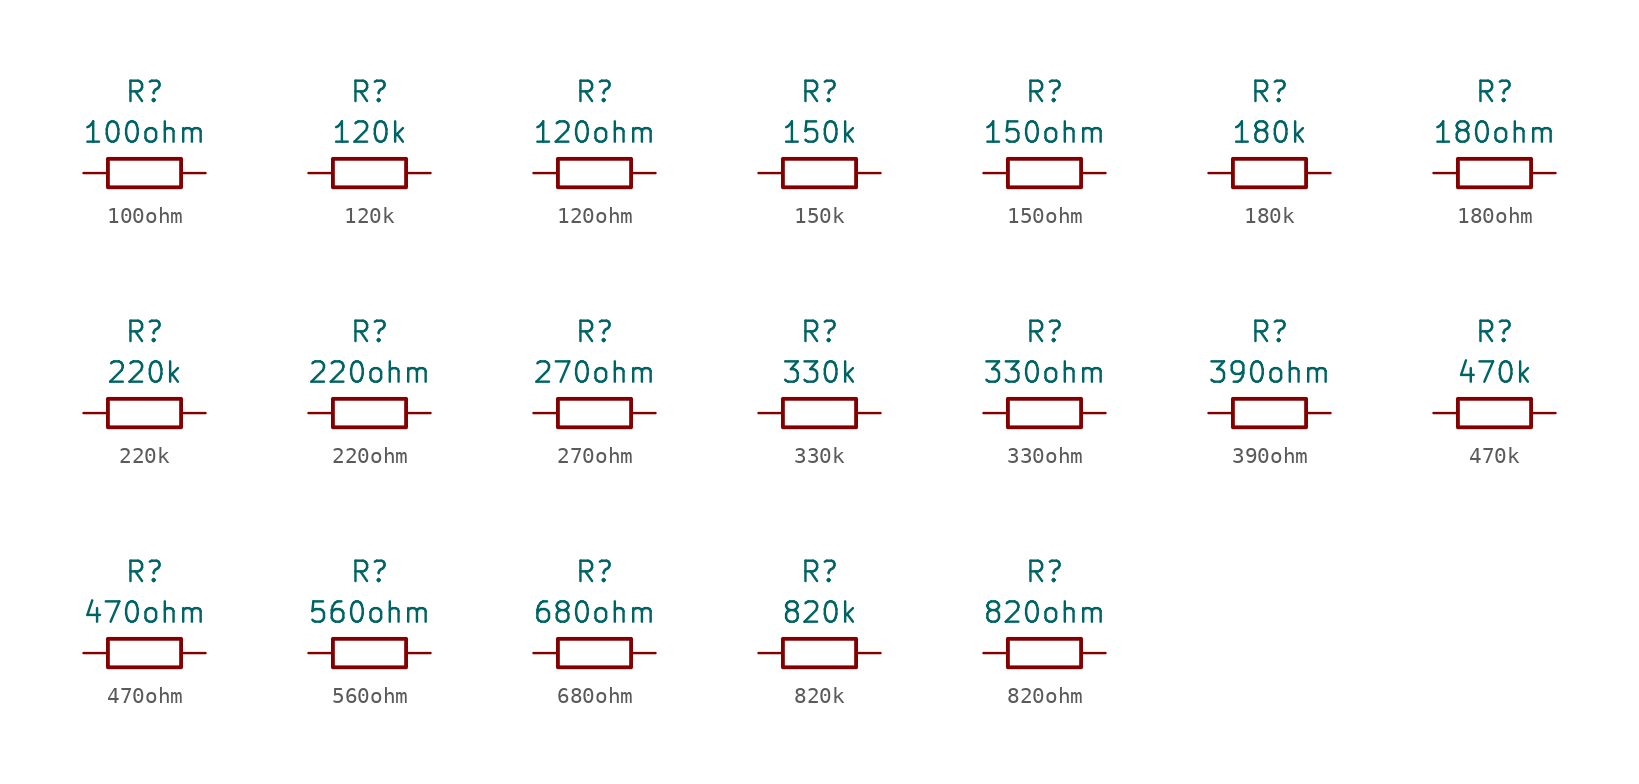
<source format=kicad_sym>
(kicad_symbol_lib
  (version 20211014)
  (generator kicad_symbol_editor)
  (symbol "100ohm"
    (property "Reference" "R"
      (at 0 5.08 0)
      (effects (font (size 1.27 1.27))))
    (property "Value" "100ohm"
      (at 0 2.54 0)
      (effects (font (size 1.27 1.27))))
    (symbol "100ohm_0_1"
      (rectangle (start -2.286 0.889) (end 2.286 -0.889) (stroke (width 0.24) (type default) (color 0 0 0 0)) (fill (type none))))
    (symbol "100ohm_1_1"
      (pin passive line (at -3.81 0 0) (length 1.5) (name "" (effects (font (size 1.27 1.27)))) (number "1" (effects (font (size 0 0)))))
      (pin passive line (at 3.81 0 180) (length 1.5) (name "~" (effects (font (size 1.27 1.27)))) (number "2" (effects (font (size 0 0)))))))
  (symbol "120k"
    (property "Reference" "R"
      (at 0 5.08 0)
      (effects (font (size 1.27 1.27))))
    (property "Value" "120k"
      (at 0 2.54 0)
      (effects (font (size 1.27 1.27))))
    (symbol "120k_0_1"
      (rectangle (start -2.286 0.889) (end 2.286 -0.889) (stroke (width 0.24) (type default) (color 0 0 0 0)) (fill (type none))))
    (symbol "120k_1_1"
      (pin passive line (at -3.81 0 0) (length 1.5) (name "" (effects (font (size 1.27 1.27)))) (number "1" (effects (font (size 0 0)))))
      (pin passive line (at 3.81 0 180) (length 1.5) (name "~" (effects (font (size 1.27 1.27)))) (number "2" (effects (font (size 0 0)))))))
  (symbol "120ohm"
    (property "Reference" "R"
      (at 0 5.08 0)
      (effects (font (size 1.27 1.27))))
    (property "Value" "120ohm"
      (at 0 2.54 0)
      (effects (font (size 1.27 1.27))))
    (symbol "120ohm_0_1"
      (rectangle (start -2.286 0.889) (end 2.286 -0.889) (stroke (width 0.24) (type default) (color 0 0 0 0)) (fill (type none))))
    (symbol "120ohm_1_1"
      (pin passive line (at -3.81 0 0) (length 1.5) (name "" (effects (font (size 1.27 1.27)))) (number "1" (effects (font (size 0 0)))))
      (pin passive line (at 3.81 0 180) (length 1.5) (name "~" (effects (font (size 1.27 1.27)))) (number "2" (effects (font (size 0 0)))))))
  (symbol "150k"
    (property "Reference" "R"
      (at 0 5.08 0)
      (effects (font (size 1.27 1.27))))
    (property "Value" "150k"
      (at 0 2.54 0)
      (effects (font (size 1.27 1.27))))
    (symbol "150k_0_1"
      (rectangle (start -2.286 0.889) (end 2.286 -0.889) (stroke (width 0.24) (type default) (color 0 0 0 0)) (fill (type none))))
    (symbol "150k_1_1"
      (pin passive line (at -3.81 0 0) (length 1.5) (name "" (effects (font (size 1.27 1.27)))) (number "1" (effects (font (size 0 0)))))
      (pin passive line (at 3.81 0 180) (length 1.5) (name "~" (effects (font (size 1.27 1.27)))) (number "2" (effects (font (size 0 0)))))))
  (symbol "150ohm"
    (property "Reference" "R"
      (at 0 5.08 0)
      (effects (font (size 1.27 1.27))))
    (property "Value" "150ohm"
      (at 0 2.54 0)
      (effects (font (size 1.27 1.27))))
    (symbol "150ohm_0_1"
      (rectangle (start -2.286 0.889) (end 2.286 -0.889) (stroke (width 0.24) (type default) (color 0 0 0 0)) (fill (type none))))
    (symbol "150ohm_1_1"
      (pin passive line (at -3.81 0 0) (length 1.5) (name "" (effects (font (size 1.27 1.27)))) (number "1" (effects (font (size 0 0)))))
      (pin passive line (at 3.81 0 180) (length 1.5) (name "~" (effects (font (size 1.27 1.27)))) (number "2" (effects (font (size 0 0)))))))
  (symbol "180k"
    (property "Reference" "R"
      (at 0 5.08 0)
      (effects (font (size 1.27 1.27))))
    (property "Value" "180k"
      (at 0 2.54 0)
      (effects (font (size 1.27 1.27))))
    (symbol "180k_0_1"
      (rectangle (start -2.286 0.889) (end 2.286 -0.889) (stroke (width 0.24) (type default) (color 0 0 0 0)) (fill (type none))))
    (symbol "180k_1_1"
      (pin passive line (at -3.81 0 0) (length 1.5) (name "" (effects (font (size 1.27 1.27)))) (number "1" (effects (font (size 0 0)))))
      (pin passive line (at 3.81 0 180) (length 1.5) (name "~" (effects (font (size 1.27 1.27)))) (number "2" (effects (font (size 0 0)))))))
  (symbol "180ohm"
    (property "Reference" "R"
      (at 0 5.08 0)
      (effects (font (size 1.27 1.27))))
    (property "Value" "180ohm"
      (at 0 2.54 0)
      (effects (font (size 1.27 1.27))))
    (symbol "180ohm_0_1"
      (rectangle (start -2.286 0.889) (end 2.286 -0.889) (stroke (width 0.24) (type default) (color 0 0 0 0)) (fill (type none))))
    (symbol "180ohm_1_1"
      (pin passive line (at -3.81 0 0) (length 1.5) (name "" (effects (font (size 1.27 1.27)))) (number "1" (effects (font (size 0 0)))))
      (pin passive line (at 3.81 0 180) (length 1.5) (name "~" (effects (font (size 1.27 1.27)))) (number "2" (effects (font (size 0 0)))))))
  (symbol "220k"
    (property "Reference" "R"
      (at 0 5.08 0)
      (effects (font (size 1.27 1.27))))
    (property "Value" "220k"
      (at 0 2.54 0)
      (effects (font (size 1.27 1.27))))
    (symbol "220k_0_1"
      (rectangle (start -2.286 0.889) (end 2.286 -0.889) (stroke (width 0.24) (type default) (color 0 0 0 0)) (fill (type none))))
    (symbol "220k_1_1"
      (pin passive line (at -3.81 0 0) (length 1.5) (name "" (effects (font (size 1.27 1.27)))) (number "1" (effects (font (size 0 0)))))
      (pin passive line (at 3.81 0 180) (length 1.5) (name "~" (effects (font (size 1.27 1.27)))) (number "2" (effects (font (size 0 0)))))))
  (symbol "220ohm"
    (property "Reference" "R"
      (at 0 5.08 0)
      (effects (font (size 1.27 1.27))))
    (property "Value" "220ohm"
      (at 0 2.54 0)
      (effects (font (size 1.27 1.27))))
    (symbol "220ohm_0_1"
      (rectangle (start -2.286 0.889) (end 2.286 -0.889) (stroke (width 0.24) (type default) (color 0 0 0 0)) (fill (type none))))
    (symbol "220ohm_1_1"
      (pin passive line (at -3.81 0 0) (length 1.5) (name "" (effects (font (size 1.27 1.27)))) (number "1" (effects (font (size 0 0)))))
      (pin passive line (at 3.81 0 180) (length 1.5) (name "~" (effects (font (size 1.27 1.27)))) (number "2" (effects (font (size 0 0)))))))
  (symbol "270ohm"
    (property "Reference" "R"
      (at 0 5.08 0)
      (effects (font (size 1.27 1.27))))
    (property "Value" "270ohm"
      (at 0 2.54 0)
      (effects (font (size 1.27 1.27))))
    (symbol "270ohm_0_1"
      (rectangle (start -2.286 0.889) (end 2.286 -0.889) (stroke (width 0.24) (type default) (color 0 0 0 0)) (fill (type none))))
    (symbol "270ohm_1_1"
      (pin passive line (at -3.81 0 0) (length 1.5) (name "" (effects (font (size 1.27 1.27)))) (number "1" (effects (font (size 0 0)))))
      (pin passive line (at 3.81 0 180) (length 1.5) (name "~" (effects (font (size 1.27 1.27)))) (number "2" (effects (font (size 0 0)))))))
  (symbol "330k"
    (property "Reference" "R"
      (at 0 5.08 0)
      (effects (font (size 1.27 1.27))))
    (property "Value" "330k"
      (at 0 2.54 0)
      (effects (font (size 1.27 1.27))))
    (symbol "330k_0_1"
      (rectangle (start -2.286 0.889) (end 2.286 -0.889) (stroke (width 0.24) (type default) (color 0 0 0 0)) (fill (type none))))
    (symbol "330k_1_1"
      (pin passive line (at -3.81 0 0) (length 1.5) (name "" (effects (font (size 1.27 1.27)))) (number "1" (effects (font (size 0 0)))))
      (pin passive line (at 3.81 0 180) (length 1.5) (name "~" (effects (font (size 1.27 1.27)))) (number "2" (effects (font (size 0 0)))))))
  (symbol "330ohm"
    (property "Reference" "R"
      (at 0 5.08 0)
      (effects (font (size 1.27 1.27))))
    (property "Value" "330ohm"
      (at 0 2.54 0)
      (effects (font (size 1.27 1.27))))
    (symbol "330ohm_0_1"
      (rectangle (start -2.286 0.889) (end 2.286 -0.889) (stroke (width 0.24) (type default) (color 0 0 0 0)) (fill (type none))))
    (symbol "330ohm_1_1"
      (pin passive line (at -3.81 0 0) (length 1.5) (name "" (effects (font (size 1.27 1.27)))) (number "1" (effects (font (size 0 0)))))
      (pin passive line (at 3.81 0 180) (length 1.5) (name "~" (effects (font (size 1.27 1.27)))) (number "2" (effects (font (size 0 0)))))))
  (symbol "390ohm"
    (property "Reference" "R"
      (at 0 5.08 0)
      (effects (font (size 1.27 1.27))))
    (property "Value" "390ohm"
      (at 0 2.54 0)
      (effects (font (size 1.27 1.27))))
    (symbol "390ohm_0_1"
      (rectangle (start -2.286 0.889) (end 2.286 -0.889) (stroke (width 0.24) (type default) (color 0 0 0 0)) (fill (type none))))
    (symbol "390ohm_1_1"
      (pin passive line (at -3.81 0 0) (length 1.5) (name "" (effects (font (size 1.27 1.27)))) (number "1" (effects (font (size 0 0)))))
      (pin passive line (at 3.81 0 180) (length 1.5) (name "~" (effects (font (size 1.27 1.27)))) (number "2" (effects (font (size 0 0)))))))
  (symbol "470k"
    (property "Reference" "R"
      (at 0 5.08 0)
      (effects (font (size 1.27 1.27))))
    (property "Value" "470k"
      (at 0 2.54 0)
      (effects (font (size 1.27 1.27))))
    (symbol "470k_0_1"
      (rectangle (start -2.286 0.889) (end 2.286 -0.889) (stroke (width 0.24) (type default) (color 0 0 0 0)) (fill (type none))))
    (symbol "470k_1_1"
      (pin passive line (at -3.81 0 0) (length 1.5) (name "" (effects (font (size 1.27 1.27)))) (number "1" (effects (font (size 0 0)))))
      (pin passive line (at 3.81 0 180) (length 1.5) (name "~" (effects (font (size 1.27 1.27)))) (number "2" (effects (font (size 0 0)))))))
  (symbol "470ohm"
    (property "Reference" "R"
      (at 0 5.08 0)
      (effects (font (size 1.27 1.27))))
    (property "Value" "470ohm"
      (at 0 2.54 0)
      (effects (font (size 1.27 1.27))))
    (symbol "470ohm_0_1"
      (rectangle (start -2.286 0.889) (end 2.286 -0.889) (stroke (width 0.24) (type default) (color 0 0 0 0)) (fill (type none))))
    (symbol "470ohm_1_1"
      (pin passive line (at -3.81 0 0) (length 1.5) (name "" (effects (font (size 1.27 1.27)))) (number "1" (effects (font (size 0 0)))))
      (pin passive line (at 3.81 0 180) (length 1.5) (name "~" (effects (font (size 1.27 1.27)))) (number "2" (effects (font (size 0 0)))))))
  (symbol "560ohm"
    (property "Reference" "R"
      (at 0 5.08 0)
      (effects (font (size 1.27 1.27))))
    (property "Value" "560ohm"
      (at 0 2.54 0)
      (effects (font (size 1.27 1.27))))
    (symbol "560ohm_0_1"
      (rectangle (start -2.286 0.889) (end 2.286 -0.889) (stroke (width 0.24) (type default) (color 0 0 0 0)) (fill (type none))))
    (symbol "560ohm_1_1"
      (pin passive line (at -3.81 0 0) (length 1.5) (name "" (effects (font (size 1.27 1.27)))) (number "1" (effects (font (size 0 0)))))
      (pin passive line (at 3.81 0 180) (length 1.5) (name "~" (effects (font (size 1.27 1.27)))) (number "2" (effects (font (size 0 0)))))))
  (symbol "680ohm"
    (property "Reference" "R"
      (at 0 5.08 0)
      (effects (font (size 1.27 1.27))))
    (property "Value" "680ohm"
      (at 0 2.54 0)
      (effects (font (size 1.27 1.27))))
    (symbol "680ohm_0_1"
      (rectangle (start -2.286 0.889) (end 2.286 -0.889) (stroke (width 0.24) (type default) (color 0 0 0 0)) (fill (type none))))
    (symbol "680ohm_1_1"
      (pin passive line (at -3.81 0 0) (length 1.5) (name "" (effects (font (size 1.27 1.27)))) (number "1" (effects (font (size 0 0)))))
      (pin passive line (at 3.81 0 180) (length 1.5) (name "~" (effects (font (size 1.27 1.27)))) (number "2" (effects (font (size 0 0)))))))
  (symbol "820k"
    (property "Reference" "R"
      (at 0 5.08 0)
      (effects (font (size 1.27 1.27))))
    (property "Value" "820k"
      (at 0 2.54 0)
      (effects (font (size 1.27 1.27))))
    (symbol "820k_0_1"
      (rectangle (start -2.286 0.889) (end 2.286 -0.889) (stroke (width 0.24) (type default) (color 0 0 0 0)) (fill (type none))))
    (symbol "820k_1_1"
      (pin passive line (at -3.81 0 0) (length 1.5) (name "" (effects (font (size 1.27 1.27)))) (number "1" (effects (font (size 0 0)))))
      (pin passive line (at 3.81 0 180) (length 1.5) (name "~" (effects (font (size 1.27 1.27)))) (number "2" (effects (font (size 0 0)))))))
  (symbol "820ohm"
    (property "Reference" "R"
      (at 0 5.08 0)
      (effects (font (size 1.27 1.27))))
    (property "Value" "820ohm"
      (at 0 2.54 0)
      (effects (font (size 1.27 1.27))))
    (symbol "820ohm_0_1"
      (rectangle (start -2.286 0.889) (end 2.286 -0.889) (stroke (width 0.24) (type default) (color 0 0 0 0)) (fill (type none))))
    (symbol "820ohm_1_1"
      (pin passive line (at -3.81 0 0) (length 1.5) (name "" (effects (font (size 1.27 1.27)))) (number "1" (effects (font (size 0 0)))))
      (pin passive line (at 3.81 0 180) (length 1.5) (name "~" (effects (font (size 1.27 1.27)))) (number "2" (effects (font (size 0 0))))))))
</source>
